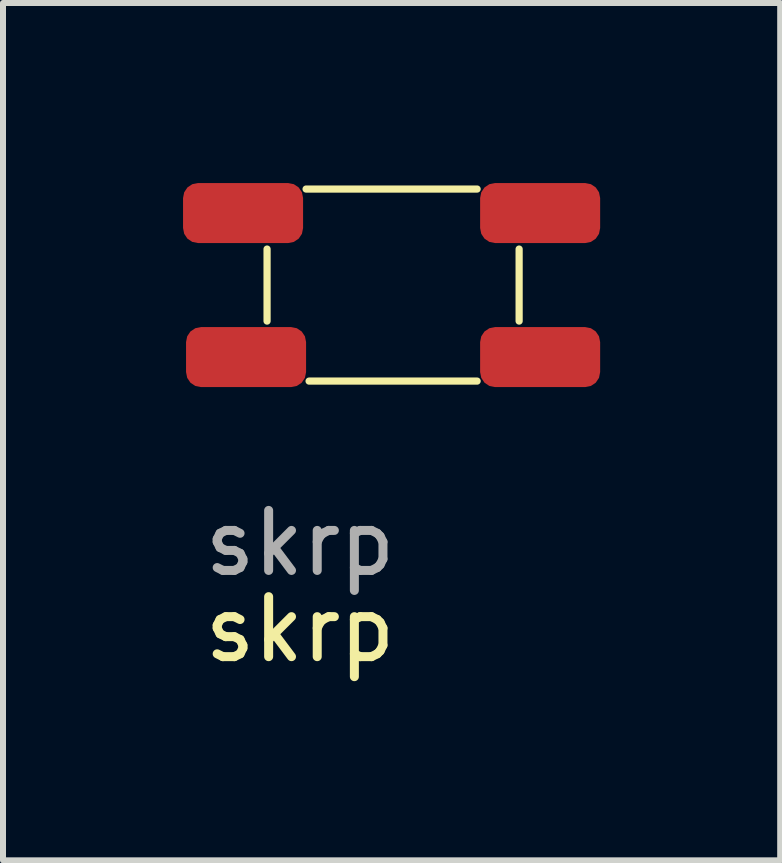
<source format=kicad_pcb>
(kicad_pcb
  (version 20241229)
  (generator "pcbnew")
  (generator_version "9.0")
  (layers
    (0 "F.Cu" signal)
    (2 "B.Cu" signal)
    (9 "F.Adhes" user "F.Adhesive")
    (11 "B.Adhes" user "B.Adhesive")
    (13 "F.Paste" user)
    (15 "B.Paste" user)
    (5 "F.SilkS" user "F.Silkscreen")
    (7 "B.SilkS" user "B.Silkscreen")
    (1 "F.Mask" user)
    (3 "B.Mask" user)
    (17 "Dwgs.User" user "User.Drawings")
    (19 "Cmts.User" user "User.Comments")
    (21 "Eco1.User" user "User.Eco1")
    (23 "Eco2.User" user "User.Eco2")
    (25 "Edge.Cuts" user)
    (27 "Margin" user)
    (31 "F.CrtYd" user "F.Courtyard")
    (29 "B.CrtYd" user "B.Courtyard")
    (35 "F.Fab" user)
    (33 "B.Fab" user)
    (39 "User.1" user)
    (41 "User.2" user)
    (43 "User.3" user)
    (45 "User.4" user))
  (footprint "skrp"
    (layer "F.Cu")
    (at 1.95 3.5)
    (property "Reference" "skrp" (at 0 3.937 0) (unlocked yes) (layer "F.SilkS") (effects (font (size 1 1) (thickness 0.15))))
    (attr smd)
    (fp_line (start -0.55 -1.2) (end -0.55 -2.4) (stroke (width 0.12) (type solid)) (layer "F.SilkS"))
    (fp_line (start 0.1 -3.4) (end 2.95 -3.4) (stroke (width 0.12) (type solid)) (layer "F.SilkS"))
    (fp_line (start 2.95 -0.2) (end 0.15 -0.2) (stroke (width 0.12) (type solid)) (layer "F.SilkS"))
    (fp_line (start 3.65 -2.4) (end 3.65 -1.2) (stroke (width 0.12) (type solid)) (layer "F.SilkS"))
    (fp_text user "${REFERENCE}" (at 0 2.5 0) (unlocked yes) (layer "F.Fab") (effects (font (size 1 1) (thickness 0.15))))
    (pad "1" smd roundrect (at -0.95 -3 90) (size 1 2) (layers "F.Cu" "F.Mask" "F.Paste") (roundrect_rratio 0.25))
    (pad "2" smd roundrect (at 4 -3 90) (size 1 2) (layers "F.Cu" "F.Mask" "F.Paste") (roundrect_rratio 0.25))
    (pad "3" smd roundrect (at -0.9 -0.6 90) (size 1 2) (layers "F.Cu" "F.Mask" "F.Paste") (roundrect_rratio 0.25))
    (pad "4" smd roundrect (at 4 -0.6 90) (size 1 2) (layers "F.Cu" "F.Mask" "F.Paste") (roundrect_rratio 0.25)))
  (gr_rect
    (start -3 -3)
    (end 9.95 11.285)
    (stroke (width 0.1) (type default))
    (fill no)
    (layer "Edge.Cuts")))
</source>
